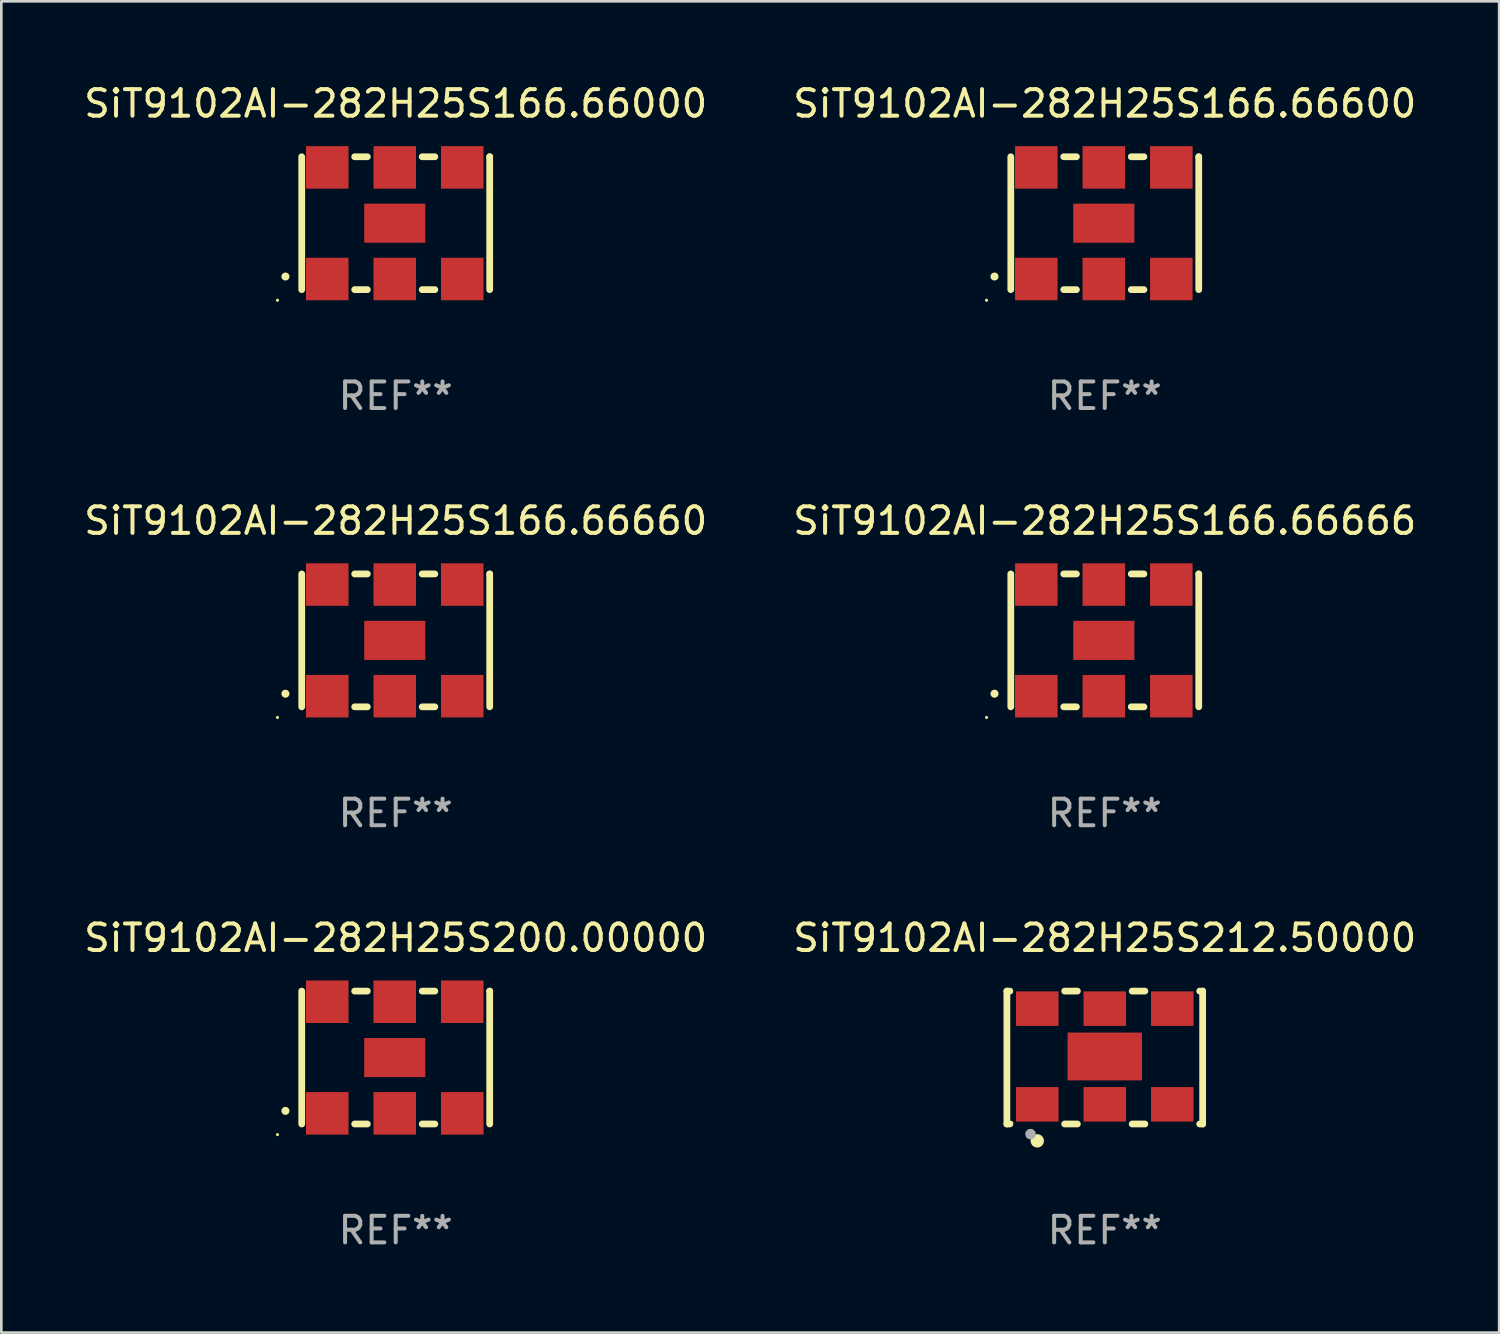
<source format=kicad_pcb>
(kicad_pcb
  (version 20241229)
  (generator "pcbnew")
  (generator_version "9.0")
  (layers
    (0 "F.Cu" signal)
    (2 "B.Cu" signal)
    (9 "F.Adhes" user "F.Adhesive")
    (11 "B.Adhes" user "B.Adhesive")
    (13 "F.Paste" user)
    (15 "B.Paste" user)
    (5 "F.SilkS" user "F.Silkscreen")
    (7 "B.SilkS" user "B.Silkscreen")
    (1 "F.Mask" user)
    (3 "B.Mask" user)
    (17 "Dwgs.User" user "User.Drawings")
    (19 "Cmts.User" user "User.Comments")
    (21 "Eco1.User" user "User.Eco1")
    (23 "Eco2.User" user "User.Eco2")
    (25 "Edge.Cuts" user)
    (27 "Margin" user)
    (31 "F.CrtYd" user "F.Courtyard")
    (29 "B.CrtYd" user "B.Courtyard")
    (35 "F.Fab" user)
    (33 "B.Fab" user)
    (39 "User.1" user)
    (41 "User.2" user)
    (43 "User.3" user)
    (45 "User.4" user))
  (footprint "SiT9102AI-282H25S200.00000"
    (layer "F.Cu")
    (at 11.839 36.741)
    (property "Reference" "SiT9102AI-282H25S200.00000" (at 0 -4.5 0) (layer "F.SilkS") (effects (font (size 1 1) (thickness 0.15))))
    (attr through_hole)
    (fp_line (start -3.536 -2.5) (end -3.536 2.5) (stroke (width 0.254) (type solid)) (layer "F.SilkS"))
    (fp_line (start -1.544 2.5) (end -1.067 2.5) (stroke (width 0.254) (type solid)) (layer "F.SilkS"))
    (fp_line (start -1.067 -2.5) (end -1.544 -2.5) (stroke (width 0.254) (type solid)) (layer "F.SilkS"))
    (fp_line (start 0.996 2.5) (end 1.473 2.5) (stroke (width 0.254) (type solid)) (layer "F.SilkS"))
    (fp_line (start 1.473 -2.5) (end 0.996 -2.5) (stroke (width 0.254) (type solid)) (layer "F.SilkS"))
    (fp_line (start 3.536 -2.5) (end 3.536 -2.5) (stroke (width 0.254) (type solid)) (layer "F.SilkS"))
    (fp_line (start 3.536 2.5) (end 3.536 -2.5) (stroke (width 0.254) (type solid)) (layer "F.SilkS"))
    (fp_arc (start -4.150432 2.006604) (mid -4.149162 2.006599) (end -4.147892 2.006604) (stroke (width 0.3) (type solid)) (layer "F.SilkS"))
    (fp_circle (center -4.449 2.9) (end -4.419 2.9) (stroke (width 0.06) (type solid)) (fill no) (layer "F.SilkS"))
    (fp_text user "REF**" (at 0 6.5 0) (layer "F.Fab") (effects (font (size 1 1) (thickness 0.15))))
    (pad "1" smd rect (at -2.576 2.1) (size 1.6 1.6) (layers "F.Cu" "F.Mask" "F.Paste"))
    (pad "2" smd rect (at -0.036 2.1) (size 1.6 1.6) (layers "F.Cu" "F.Mask" "F.Paste"))
    (pad "3" smd rect (at 2.504 2.1) (size 1.6 1.6) (layers "F.Cu" "F.Mask" "F.Paste"))
    (pad "4" smd rect (at 2.504 -2.1) (size 1.6 1.6) (layers "F.Cu" "F.Mask" "F.Paste"))
    (pad "5" smd rect (at -0.036 -2.1) (size 1.6 1.6) (layers "F.Cu" "F.Mask" "F.Paste"))
    (pad "6" smd rect (at -2.576 -2.1) (size 1.6 1.6) (layers "F.Cu" "F.Mask" "F.Paste"))
    (pad "7" smd rect (at -0.036 0) (size 2.3 1.47) (layers "F.Cu" "F.Mask" "F.Paste")))
  (footprint "SiT9102AI-282H25S166.66000"
    (layer "F.Cu")
    (at 11.839 5.348)
    (property "Reference" "SiT9102AI-282H25S166.66000" (at 0 -4.5 0) (layer "F.SilkS") (effects (font (size 1 1) (thickness 0.15))))
    (attr through_hole)
    (fp_line (start -3.536 -2.5) (end -3.536 2.5) (stroke (width 0.254) (type solid)) (layer "F.SilkS"))
    (fp_line (start -1.544 2.5) (end -1.067 2.5) (stroke (width 0.254) (type solid)) (layer "F.SilkS"))
    (fp_line (start -1.067 -2.5) (end -1.544 -2.5) (stroke (width 0.254) (type solid)) (layer "F.SilkS"))
    (fp_line (start 0.996 2.5) (end 1.473 2.5) (stroke (width 0.254) (type solid)) (layer "F.SilkS"))
    (fp_line (start 1.473 -2.5) (end 0.996 -2.5) (stroke (width 0.254) (type solid)) (layer "F.SilkS"))
    (fp_line (start 3.536 -2.5) (end 3.536 -2.5) (stroke (width 0.254) (type solid)) (layer "F.SilkS"))
    (fp_line (start 3.536 2.5) (end 3.536 -2.5) (stroke (width 0.254) (type solid)) (layer "F.SilkS"))
    (fp_arc (start -4.150432 2.006604) (mid -4.149162 2.006599) (end -4.147892 2.006604) (stroke (width 0.3) (type solid)) (layer "F.SilkS"))
    (fp_circle (center -4.449 2.9) (end -4.419 2.9) (stroke (width 0.06) (type solid)) (fill no) (layer "F.SilkS"))
    (fp_text user "REF**" (at 0 6.5 0) (layer "F.Fab") (effects (font (size 1 1) (thickness 0.15))))
    (pad "1" smd rect (at -2.576 2.1) (size 1.6 1.6) (layers "F.Cu" "F.Mask" "F.Paste"))
    (pad "2" smd rect (at -0.036 2.1) (size 1.6 1.6) (layers "F.Cu" "F.Mask" "F.Paste"))
    (pad "3" smd rect (at 2.504 2.1) (size 1.6 1.6) (layers "F.Cu" "F.Mask" "F.Paste"))
    (pad "4" smd rect (at 2.504 -2.1) (size 1.6 1.6) (layers "F.Cu" "F.Mask" "F.Paste"))
    (pad "5" smd rect (at -0.036 -2.1) (size 1.6 1.6) (layers "F.Cu" "F.Mask" "F.Paste"))
    (pad "6" smd rect (at -2.576 -2.1) (size 1.6 1.6) (layers "F.Cu" "F.Mask" "F.Paste"))
    (pad "7" smd rect (at -0.036 0) (size 2.3 1.47) (layers "F.Cu" "F.Mask" "F.Paste")))
  (footprint "SiT9102AI-282H25S166.66660"
    (layer "F.Cu")
    (at 11.839 21.045)
    (property "Reference" "SiT9102AI-282H25S166.66660" (at 0 -4.5 0) (layer "F.SilkS") (effects (font (size 1 1) (thickness 0.15))))
    (attr through_hole)
    (fp_line (start -3.536 -2.5) (end -3.536 2.5) (stroke (width 0.254) (type solid)) (layer "F.SilkS"))
    (fp_line (start -1.544 2.5) (end -1.067 2.5) (stroke (width 0.254) (type solid)) (layer "F.SilkS"))
    (fp_line (start -1.067 -2.5) (end -1.544 -2.5) (stroke (width 0.254) (type solid)) (layer "F.SilkS"))
    (fp_line (start 0.996 2.5) (end 1.473 2.5) (stroke (width 0.254) (type solid)) (layer "F.SilkS"))
    (fp_line (start 1.473 -2.5) (end 0.996 -2.5) (stroke (width 0.254) (type solid)) (layer "F.SilkS"))
    (fp_line (start 3.536 -2.5) (end 3.536 -2.5) (stroke (width 0.254) (type solid)) (layer "F.SilkS"))
    (fp_line (start 3.536 2.5) (end 3.536 -2.5) (stroke (width 0.254) (type solid)) (layer "F.SilkS"))
    (fp_arc (start -4.150432 2.006604) (mid -4.149162 2.006599) (end -4.147892 2.006604) (stroke (width 0.3) (type solid)) (layer "F.SilkS"))
    (fp_circle (center -4.449 2.9) (end -4.419 2.9) (stroke (width 0.06) (type solid)) (fill no) (layer "F.SilkS"))
    (fp_text user "REF**" (at 0 6.5 0) (layer "F.Fab") (effects (font (size 1 1) (thickness 0.15))))
    (pad "1" smd rect (at -2.576 2.1) (size 1.6 1.6) (layers "F.Cu" "F.Mask" "F.Paste"))
    (pad "2" smd rect (at -0.036 2.1) (size 1.6 1.6) (layers "F.Cu" "F.Mask" "F.Paste"))
    (pad "3" smd rect (at 2.504 2.1) (size 1.6 1.6) (layers "F.Cu" "F.Mask" "F.Paste"))
    (pad "4" smd rect (at 2.504 -2.1) (size 1.6 1.6) (layers "F.Cu" "F.Mask" "F.Paste"))
    (pad "5" smd rect (at -0.036 -2.1) (size 1.6 1.6) (layers "F.Cu" "F.Mask" "F.Paste"))
    (pad "6" smd rect (at -2.576 -2.1) (size 1.6 1.6) (layers "F.Cu" "F.Mask" "F.Paste"))
    (pad "7" smd rect (at -0.036 0) (size 2.3 1.47) (layers "F.Cu" "F.Mask" "F.Paste")))
  (footprint "SiT9102AI-282H25S212.50000"
    (layer "F.Cu")
    (at 38.518 36.741)
    (property "Reference" "SiT9102AI-282H25S212.50000" (at 0 -4.5 0) (layer "F.SilkS") (effects (font (size 1 1) (thickness 0.15))))
    (attr through_hole)
    (fp_line (start -3.683 -2.5) (end -3.571 -2.5) (stroke (width 0.254) (type solid)) (layer "F.SilkS"))
    (fp_line (start -3.683 2.5) (end -3.683 -2.5) (stroke (width 0.254) (type solid)) (layer "F.SilkS"))
    (fp_line (start -3.683 2.5) (end -3.571 2.5) (stroke (width 0.254) (type solid)) (layer "F.SilkS"))
    (fp_line (start -1.509 -2.5) (end -1.031 -2.5) (stroke (width 0.254) (type solid)) (layer "F.SilkS"))
    (fp_line (start -1.509 2.5) (end -1.031 2.5) (stroke (width 0.254) (type solid)) (layer "F.SilkS"))
    (fp_line (start 1.031 -2.5) (end 1.509 -2.5) (stroke (width 0.254) (type solid)) (layer "F.SilkS"))
    (fp_line (start 1.031 2.5) (end 1.509 2.5) (stroke (width 0.254) (type solid)) (layer "F.SilkS"))
    (fp_line (start 3.571 -2.5) (end 3.683 -2.5) (stroke (width 0.254) (type solid)) (layer "F.SilkS"))
    (fp_line (start 3.571 2.5) (end 3.683 2.5) (stroke (width 0.254) (type solid)) (layer "F.SilkS"))
    (fp_line (start 3.683 2.5) (end 3.683 -2.5) (stroke (width 0.254) (type solid)) (layer "F.SilkS"))
    (fp_circle (center -3.5 2.46) (end -3.47 2.46) (stroke (width 0.06) (type solid)) (fill no) (layer "F.SilkS"))
    (fp_circle (center -2.54 3.135) (end -2.413 3.135) (stroke (width 0.254) (type solid)) (fill no) (layer "F.SilkS"))
    (fp_circle (center -2.794 2.881) (end -2.694 2.881) (stroke (width 0.2) (type solid)) (fill no) (layer "F.Fab"))
    (fp_text user "REF**" (at 0 6.5 0) (layer "F.Fab") (effects (font (size 1 1) (thickness 0.15))))
    (pad "1" smd rect (at -2.54 1.76) (size 1.6 1.3) (layers "F.Cu" "F.Mask" "F.Paste"))
    (pad "2" smd rect (at 0 1.76) (size 1.6 1.3) (layers "F.Cu" "F.Mask" "F.Paste"))
    (pad "3" smd rect (at 2.54 1.76) (size 1.6 1.3) (layers "F.Cu" "F.Mask" "F.Paste"))
    (pad "4" smd rect (at 2.54 -1.84) (size 1.6 1.3) (layers "F.Cu" "F.Mask" "F.Paste"))
    (pad "5" smd rect (at 0 -1.84) (size 1.6 1.3) (layers "F.Cu" "F.Mask" "F.Paste"))
    (pad "6" smd rect (at -2.54 -1.84) (size 1.6 1.3) (layers "F.Cu" "F.Mask" "F.Paste"))
    (pad "7" smd rect (at 0 -0.04) (size 2.8 1.8) (layers "F.Cu" "F.Mask" "F.Paste")))
  (footprint "SiT9102AI-282H25S166.66666"
    (layer "F.Cu")
    (at 38.518 21.045)
    (property "Reference" "SiT9102AI-282H25S166.66666" (at 0 -4.5 0) (layer "F.SilkS") (effects (font (size 1 1) (thickness 0.15))))
    (attr through_hole)
    (fp_line (start -3.536 -2.5) (end -3.536 2.5) (stroke (width 0.254) (type solid)) (layer "F.SilkS"))
    (fp_line (start -1.544 2.5) (end -1.067 2.5) (stroke (width 0.254) (type solid)) (layer "F.SilkS"))
    (fp_line (start -1.067 -2.5) (end -1.544 -2.5) (stroke (width 0.254) (type solid)) (layer "F.SilkS"))
    (fp_line (start 0.996 2.5) (end 1.473 2.5) (stroke (width 0.254) (type solid)) (layer "F.SilkS"))
    (fp_line (start 1.473 -2.5) (end 0.996 -2.5) (stroke (width 0.254) (type solid)) (layer "F.SilkS"))
    (fp_line (start 3.536 -2.5) (end 3.536 -2.5) (stroke (width 0.254) (type solid)) (layer "F.SilkS"))
    (fp_line (start 3.536 2.5) (end 3.536 -2.5) (stroke (width 0.254) (type solid)) (layer "F.SilkS"))
    (fp_arc (start -4.150432 2.006604) (mid -4.149162 2.006599) (end -4.147892 2.006604) (stroke (width 0.3) (type solid)) (layer "F.SilkS"))
    (fp_circle (center -4.449 2.9) (end -4.419 2.9) (stroke (width 0.06) (type solid)) (fill no) (layer "F.SilkS"))
    (fp_text user "REF**" (at 0 6.5 0) (layer "F.Fab") (effects (font (size 1 1) (thickness 0.15))))
    (pad "1" smd rect (at -2.576 2.1) (size 1.6 1.6) (layers "F.Cu" "F.Mask" "F.Paste"))
    (pad "2" smd rect (at -0.036 2.1) (size 1.6 1.6) (layers "F.Cu" "F.Mask" "F.Paste"))
    (pad "3" smd rect (at 2.504 2.1) (size 1.6 1.6) (layers "F.Cu" "F.Mask" "F.Paste"))
    (pad "4" smd rect (at 2.504 -2.1) (size 1.6 1.6) (layers "F.Cu" "F.Mask" "F.Paste"))
    (pad "5" smd rect (at -0.036 -2.1) (size 1.6 1.6) (layers "F.Cu" "F.Mask" "F.Paste"))
    (pad "6" smd rect (at -2.576 -2.1) (size 1.6 1.6) (layers "F.Cu" "F.Mask" "F.Paste"))
    (pad "7" smd rect (at -0.036 0) (size 2.3 1.47) (layers "F.Cu" "F.Mask" "F.Paste")))
  (footprint "SiT9102AI-282H25S166.66600"
    (layer "F.Cu")
    (at 38.518 5.348)
    (property "Reference" "SiT9102AI-282H25S166.66600" (at 0 -4.5 0) (layer "F.SilkS") (effects (font (size 1 1) (thickness 0.15))))
    (attr through_hole)
    (fp_line (start -3.536 -2.5) (end -3.536 2.5) (stroke (width 0.254) (type solid)) (layer "F.SilkS"))
    (fp_line (start -1.544 2.5) (end -1.067 2.5) (stroke (width 0.254) (type solid)) (layer "F.SilkS"))
    (fp_line (start -1.067 -2.5) (end -1.544 -2.5) (stroke (width 0.254) (type solid)) (layer "F.SilkS"))
    (fp_line (start 0.996 2.5) (end 1.473 2.5) (stroke (width 0.254) (type solid)) (layer "F.SilkS"))
    (fp_line (start 1.473 -2.5) (end 0.996 -2.5) (stroke (width 0.254) (type solid)) (layer "F.SilkS"))
    (fp_line (start 3.536 -2.5) (end 3.536 -2.5) (stroke (width 0.254) (type solid)) (layer "F.SilkS"))
    (fp_line (start 3.536 2.5) (end 3.536 -2.5) (stroke (width 0.254) (type solid)) (layer "F.SilkS"))
    (fp_arc (start -4.150432 2.006604) (mid -4.149162 2.006599) (end -4.147892 2.006604) (stroke (width 0.3) (type solid)) (layer "F.SilkS"))
    (fp_circle (center -4.449 2.9) (end -4.419 2.9) (stroke (width 0.06) (type solid)) (fill no) (layer "F.SilkS"))
    (fp_text user "REF**" (at 0 6.5 0) (layer "F.Fab") (effects (font (size 1 1) (thickness 0.15))))
    (pad "1" smd rect (at -2.576 2.1) (size 1.6 1.6) (layers "F.Cu" "F.Mask" "F.Paste"))
    (pad "2" smd rect (at -0.036 2.1) (size 1.6 1.6) (layers "F.Cu" "F.Mask" "F.Paste"))
    (pad "3" smd rect (at 2.504 2.1) (size 1.6 1.6) (layers "F.Cu" "F.Mask" "F.Paste"))
    (pad "4" smd rect (at 2.504 -2.1) (size 1.6 1.6) (layers "F.Cu" "F.Mask" "F.Paste"))
    (pad "5" smd rect (at -0.036 -2.1) (size 1.6 1.6) (layers "F.Cu" "F.Mask" "F.Paste"))
    (pad "6" smd rect (at -2.576 -2.1) (size 1.6 1.6) (layers "F.Cu" "F.Mask" "F.Paste"))
    (pad "7" smd rect (at -0.036 0) (size 2.3 1.47) (layers "F.Cu" "F.Mask" "F.Paste")))
  (gr_rect
    (start -3 -3)
    (end 53.357 47.09)
    (stroke (width 0.1) (type default))
    (fill no)
    (layer "Edge.Cuts")))
</source>
